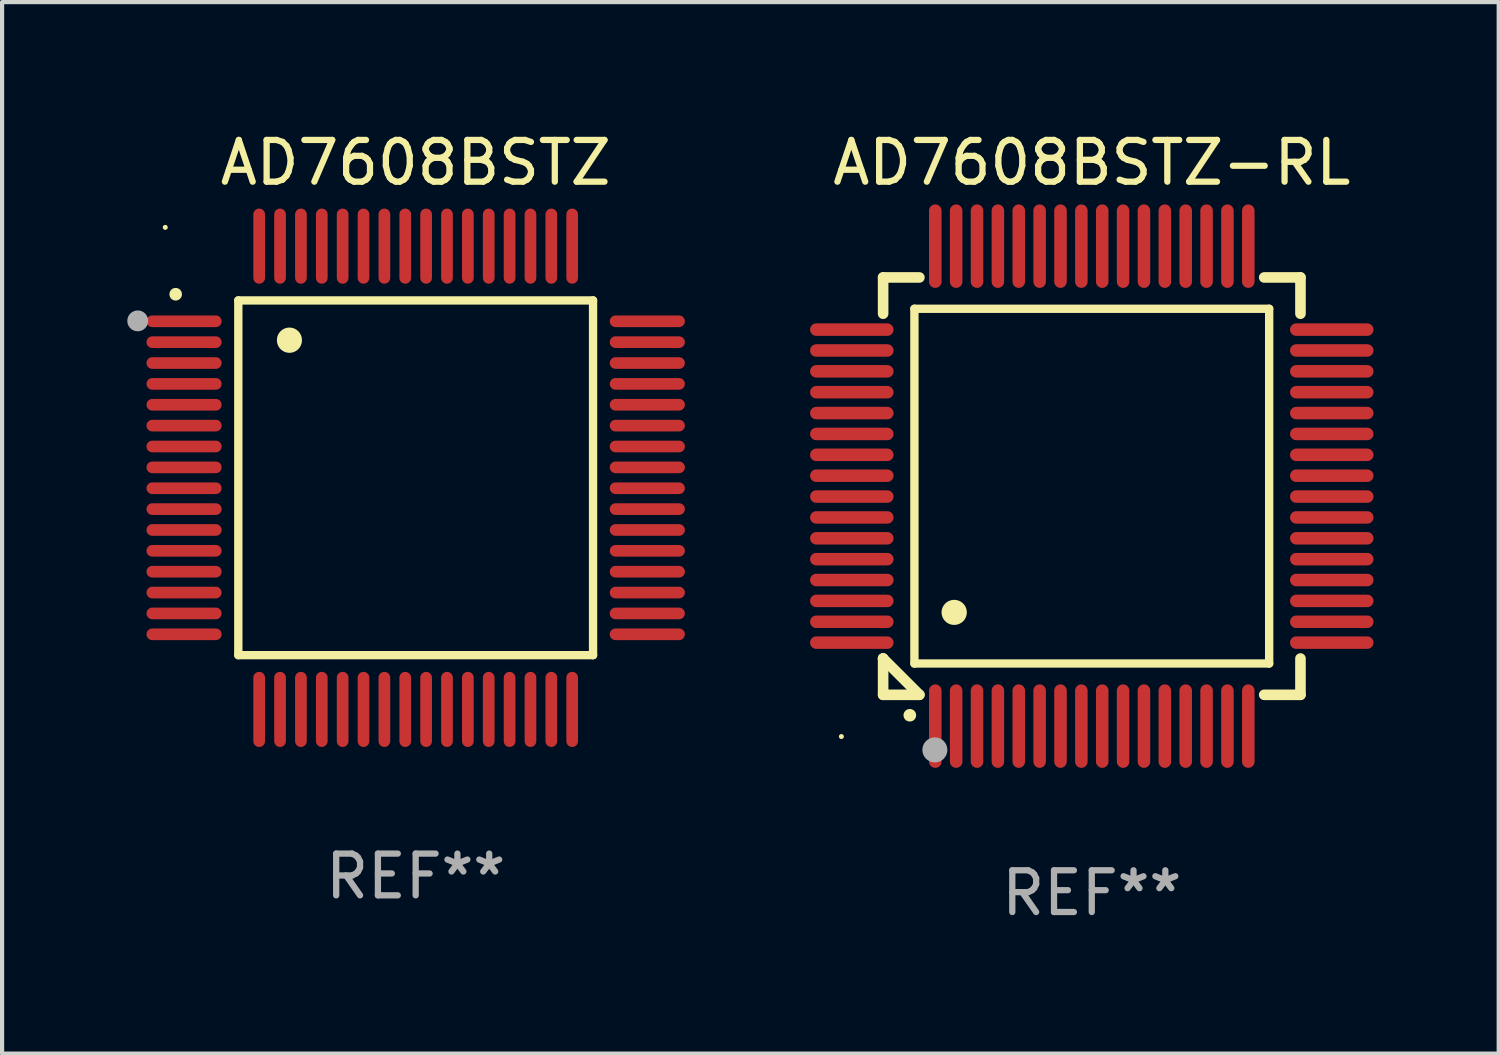
<source format=kicad_pcb>
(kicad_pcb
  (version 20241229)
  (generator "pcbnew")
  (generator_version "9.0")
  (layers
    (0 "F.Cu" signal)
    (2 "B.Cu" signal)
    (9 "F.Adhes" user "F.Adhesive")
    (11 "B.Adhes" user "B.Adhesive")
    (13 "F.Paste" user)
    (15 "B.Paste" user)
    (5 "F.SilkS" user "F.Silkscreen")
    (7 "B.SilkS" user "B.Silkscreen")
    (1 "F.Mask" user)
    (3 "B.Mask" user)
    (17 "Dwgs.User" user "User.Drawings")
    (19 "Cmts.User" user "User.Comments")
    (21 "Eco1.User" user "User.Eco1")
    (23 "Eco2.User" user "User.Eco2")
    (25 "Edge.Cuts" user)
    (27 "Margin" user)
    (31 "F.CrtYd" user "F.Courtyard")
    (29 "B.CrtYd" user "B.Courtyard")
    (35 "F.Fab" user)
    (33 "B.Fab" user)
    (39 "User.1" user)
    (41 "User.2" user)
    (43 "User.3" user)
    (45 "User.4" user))
  (footprint "AD7608BSTZ"
    (layer "F.Cu")
    (at 6.91 8.398)
    (property "Reference" "AD7608BSTZ" (at 0 -7.55 0) (layer "F.SilkS") (effects (font (size 1 1) (thickness 0.15))))
    (attr through_hole)
    (fp_line (start -4.25 -4.25) (end -4.25 4.25) (stroke (width 0.2) (type solid)) (layer "F.SilkS"))
    (fp_line (start -4.25 4.25) (end 4.25 4.25) (stroke (width 0.2) (type solid)) (layer "F.SilkS"))
    (fp_line (start 4.25 -4.25) (end -4.25 -4.25) (stroke (width 0.2) (type solid)) (layer "F.SilkS"))
    (fp_line (start 4.25 4.25) (end 4.25 -4.25) (stroke (width 0.2) (type solid)) (layer "F.SilkS"))
    (fp_arc (start -5.750572 -4.396749) (mid -5.750577 -4.398019) (end -5.750572 -4.399289) (stroke (width 0.3) (type solid)) (layer "F.SilkS"))
    (fp_arc (start -3.025146 -3.294387) (mid -3.025157 -3.296927) (end -3.025146 -3.299467) (stroke (width 0.6) (type solid)) (layer "F.SilkS"))
    (fp_circle (center -6 -6) (end -5.97 -6) (stroke (width 0.06) (type solid)) (fill no) (layer "F.SilkS"))
    (fp_circle (center -6.66 -3.76) (end -6.535 -3.76) (stroke (width 0.25) (type solid)) (fill no) (layer "F.Fab"))
    (fp_text user "REF**" (at 0 9.55 0) (layer "F.Fab") (effects (font (size 1 1) (thickness 0.15))))
    (pad "1" smd oval (at -5.55 -3.75) (size 1.8 0.28) (layers "F.Cu" "F.Mask" "F.Paste"))
    (pad "2" smd oval (at -5.55 -3.25) (size 1.8 0.28) (layers "F.Cu" "F.Mask" "F.Paste"))
    (pad "3" smd oval (at -5.55 -2.75) (size 1.8 0.28) (layers "F.Cu" "F.Mask" "F.Paste"))
    (pad "4" smd oval (at -5.55 -2.25) (size 1.8 0.28) (layers "F.Cu" "F.Mask" "F.Paste"))
    (pad "5" smd oval (at -5.55 -1.75) (size 1.8 0.28) (layers "F.Cu" "F.Mask" "F.Paste"))
    (pad "6" smd oval (at -5.55 -1.25) (size 1.8 0.28) (layers "F.Cu" "F.Mask" "F.Paste"))
    (pad "7" smd oval (at -5.55 -0.75) (size 1.8 0.28) (layers "F.Cu" "F.Mask" "F.Paste"))
    (pad "8" smd oval (at -5.55 -0.25) (size 1.8 0.28) (layers "F.Cu" "F.Mask" "F.Paste"))
    (pad "9" smd oval (at -5.55 0.25) (size 1.8 0.28) (layers "F.Cu" "F.Mask" "F.Paste"))
    (pad "10" smd oval (at -5.55 0.75) (size 1.8 0.28) (layers "F.Cu" "F.Mask" "F.Paste"))
    (pad "11" smd oval (at -5.55 1.25) (size 1.8 0.28) (layers "F.Cu" "F.Mask" "F.Paste"))
    (pad "12" smd oval (at -5.55 1.75) (size 1.8 0.28) (layers "F.Cu" "F.Mask" "F.Paste"))
    (pad "13" smd oval (at -5.55 2.25) (size 1.8 0.28) (layers "F.Cu" "F.Mask" "F.Paste"))
    (pad "14" smd oval (at -5.55 2.75) (size 1.8 0.28) (layers "F.Cu" "F.Mask" "F.Paste"))
    (pad "15" smd oval (at -5.55 3.25) (size 1.8 0.28) (layers "F.Cu" "F.Mask" "F.Paste"))
    (pad "16" smd oval (at -5.55 3.75) (size 1.8 0.28) (layers "F.Cu" "F.Mask" "F.Paste"))
    (pad "17" smd oval (at -3.75 5.55) (size 0.28 1.8) (layers "F.Cu" "F.Mask" "F.Paste"))
    (pad "18" smd oval (at -3.25 5.55) (size 0.28 1.8) (layers "F.Cu" "F.Mask" "F.Paste"))
    (pad "19" smd oval (at -2.75 5.55) (size 0.28 1.8) (layers "F.Cu" "F.Mask" "F.Paste"))
    (pad "20" smd oval (at -2.25 5.55) (size 0.28 1.8) (layers "F.Cu" "F.Mask" "F.Paste"))
    (pad "21" smd oval (at -1.75 5.55) (size 0.28 1.8) (layers "F.Cu" "F.Mask" "F.Paste"))
    (pad "22" smd oval (at -1.25 5.55) (size 0.28 1.8) (layers "F.Cu" "F.Mask" "F.Paste"))
    (pad "23" smd oval (at -0.75 5.55) (size 0.28 1.8) (layers "F.Cu" "F.Mask" "F.Paste"))
    (pad "24" smd oval (at -0.25 5.55) (size 0.28 1.8) (layers "F.Cu" "F.Mask" "F.Paste"))
    (pad "25" smd oval (at 0.25 5.55) (size 0.28 1.8) (layers "F.Cu" "F.Mask" "F.Paste"))
    (pad "26" smd oval (at 0.75 5.55) (size 0.28 1.8) (layers "F.Cu" "F.Mask" "F.Paste"))
    (pad "27" smd oval (at 1.25 5.55) (size 0.28 1.8) (layers "F.Cu" "F.Mask" "F.Paste"))
    (pad "28" smd oval (at 1.75 5.55) (size 0.28 1.8) (layers "F.Cu" "F.Mask" "F.Paste"))
    (pad "29" smd oval (at 2.25 5.55) (size 0.28 1.8) (layers "F.Cu" "F.Mask" "F.Paste"))
    (pad "30" smd oval (at 2.75 5.55) (size 0.28 1.8) (layers "F.Cu" "F.Mask" "F.Paste"))
    (pad "31" smd oval (at 3.25 5.55) (size 0.28 1.8) (layers "F.Cu" "F.Mask" "F.Paste"))
    (pad "32" smd oval (at 3.75 5.55) (size 0.28 1.8) (layers "F.Cu" "F.Mask" "F.Paste"))
    (pad "33" smd oval (at 5.55 3.75) (size 1.8 0.28) (layers "F.Cu" "F.Mask" "F.Paste"))
    (pad "34" smd oval (at 5.55 3.25) (size 1.8 0.28) (layers "F.Cu" "F.Mask" "F.Paste"))
    (pad "35" smd oval (at 5.55 2.75) (size 1.8 0.28) (layers "F.Cu" "F.Mask" "F.Paste"))
    (pad "36" smd oval (at 5.55 2.25) (size 1.8 0.28) (layers "F.Cu" "F.Mask" "F.Paste"))
    (pad "37" smd oval (at 5.55 1.75) (size 1.8 0.28) (layers "F.Cu" "F.Mask" "F.Paste"))
    (pad "38" smd oval (at 5.55 1.25) (size 1.8 0.28) (layers "F.Cu" "F.Mask" "F.Paste"))
    (pad "39" smd oval (at 5.55 0.75) (size 1.8 0.28) (layers "F.Cu" "F.Mask" "F.Paste"))
    (pad "40" smd oval (at 5.55 0.25) (size 1.8 0.28) (layers "F.Cu" "F.Mask" "F.Paste"))
    (pad "41" smd oval (at 5.55 -0.25) (size 1.8 0.28) (layers "F.Cu" "F.Mask" "F.Paste"))
    (pad "42" smd oval (at 5.55 -0.75) (size 1.8 0.28) (layers "F.Cu" "F.Mask" "F.Paste"))
    (pad "43" smd oval (at 5.55 -1.25) (size 1.8 0.28) (layers "F.Cu" "F.Mask" "F.Paste"))
    (pad "44" smd oval (at 5.55 -1.75) (size 1.8 0.28) (layers "F.Cu" "F.Mask" "F.Paste"))
    (pad "45" smd oval (at 5.55 -2.25) (size 1.8 0.28) (layers "F.Cu" "F.Mask" "F.Paste"))
    (pad "46" smd oval (at 5.55 -2.75) (size 1.8 0.28) (layers "F.Cu" "F.Mask" "F.Paste"))
    (pad "47" smd oval (at 5.55 -3.25) (size 1.8 0.28) (layers "F.Cu" "F.Mask" "F.Paste"))
    (pad "48" smd oval (at 5.55 -3.75) (size 1.8 0.28) (layers "F.Cu" "F.Mask" "F.Paste"))
    (pad "49" smd oval (at 3.75 -5.55) (size 0.28 1.8) (layers "F.Cu" "F.Mask" "F.Paste"))
    (pad "50" smd oval (at 3.25 -5.55) (size 0.28 1.8) (layers "F.Cu" "F.Mask" "F.Paste"))
    (pad "51" smd oval (at 2.75 -5.55) (size 0.28 1.8) (layers "F.Cu" "F.Mask" "F.Paste"))
    (pad "52" smd oval (at 2.25 -5.55) (size 0.28 1.8) (layers "F.Cu" "F.Mask" "F.Paste"))
    (pad "53" smd oval (at 1.75 -5.55) (size 0.28 1.8) (layers "F.Cu" "F.Mask" "F.Paste"))
    (pad "54" smd oval (at 1.25 -5.55) (size 0.28 1.8) (layers "F.Cu" "F.Mask" "F.Paste"))
    (pad "55" smd oval (at 0.75 -5.55) (size 0.28 1.8) (layers "F.Cu" "F.Mask" "F.Paste"))
    (pad "56" smd oval (at 0.25 -5.55) (size 0.28 1.8) (layers "F.Cu" "F.Mask" "F.Paste"))
    (pad "57" smd oval (at -0.25 -5.55) (size 0.28 1.8) (layers "F.Cu" "F.Mask" "F.Paste"))
    (pad "58" smd oval (at -0.75 -5.55) (size 0.28 1.8) (layers "F.Cu" "F.Mask" "F.Paste"))
    (pad "59" smd oval (at -1.25 -5.55) (size 0.28 1.8) (layers "F.Cu" "F.Mask" "F.Paste"))
    (pad "60" smd oval (at -1.75 -5.55) (size 0.28 1.8) (layers "F.Cu" "F.Mask" "F.Paste"))
    (pad "61" smd oval (at -2.25 -5.55) (size 0.28 1.8) (layers "F.Cu" "F.Mask" "F.Paste"))
    (pad "62" smd oval (at -2.75 -5.55) (size 0.28 1.8) (layers "F.Cu" "F.Mask" "F.Paste"))
    (pad "63" smd oval (at -3.25 -5.55) (size 0.28 1.8) (layers "F.Cu" "F.Mask" "F.Paste"))
    (pad "64" smd oval (at -3.75 -5.55) (size 0.28 1.8) (layers "F.Cu" "F.Mask" "F.Paste")))
  (footprint "AD7608BSTZ-RL"
    (layer "F.Cu")
    (at 23.11 8.598)
    (property "Reference" "AD7608BSTZ-RL" (at 0 -7.75 0) (layer "F.SilkS") (effects (font (size 1 1) (thickness 0.15))))
    (attr through_hole)
    (fp_line (start -5 -5) (end -4.131 -5) (stroke (width 0.254) (type solid)) (layer "F.SilkS"))
    (fp_line (start -5 -4.131) (end -5 -5) (stroke (width 0.254) (type solid)) (layer "F.SilkS"))
    (fp_line (start -5 4.131) (end -5 4.131) (stroke (width 0.254) (type solid)) (layer "F.SilkS"))
    (fp_line (start -5 5) (end -5 4.131) (stroke (width 0.254) (type solid)) (layer "F.SilkS"))
    (fp_line (start -5 4.131) (end -4.131 5) (stroke (width 0.254) (type solid)) (layer "F.SilkS"))
    (fp_line (start -4.25 -4.25) (end -4.25 4.25) (stroke (width 0.2) (type solid)) (layer "F.SilkS"))
    (fp_line (start -4.25 4.25) (end 4.25 4.25) (stroke (width 0.2) (type solid)) (layer "F.SilkS"))
    (fp_line (start -4.131 5) (end -5 5) (stroke (width 0.254) (type solid)) (layer "F.SilkS"))
    (fp_line (start 4.25 -4.25) (end -4.25 -4.25) (stroke (width 0.2) (type solid)) (layer "F.SilkS"))
    (fp_line (start 4.25 4.25) (end 4.25 -4.25) (stroke (width 0.2) (type solid)) (layer "F.SilkS"))
    (fp_line (start 5 -5) (end 4.131 -5) (stroke (width 0.254) (type solid)) (layer "F.SilkS"))
    (fp_line (start 5 -5) (end 5 -4.131) (stroke (width 0.254) (type solid)) (layer "F.SilkS"))
    (fp_line (start 5 4.131) (end 5 5) (stroke (width 0.254) (type solid)) (layer "F.SilkS"))
    (fp_line (start 5 5) (end 4.131 5) (stroke (width 0.254) (type solid)) (layer "F.SilkS"))
    (fp_arc (start -4.361265 5.489992) (mid -4.359995 5.489987) (end -4.358725 5.489992) (stroke (width 0.3) (type solid)) (layer "F.SilkS"))
    (fp_arc (start -3.299467 3.025146) (mid -3.296927 3.025135) (end -3.294387 3.025146) (stroke (width 0.6) (type solid)) (layer "F.SilkS"))
    (fp_circle (center -6 6) (end -5.97 6) (stroke (width 0.06) (type solid)) (fill no) (layer "F.SilkS"))
    (fp_circle (center -3.76 6.32) (end -3.61 6.32) (stroke (width 0.3) (type solid)) (fill no) (layer "F.Fab"))
    (fp_text user "REF**" (at 0 9.75 0) (layer "F.Fab") (effects (font (size 1 1) (thickness 0.15))))
    (pad "1" smd oval (at -3.75 5.75) (size 0.3 2) (layers "F.Cu" "F.Mask" "F.Paste"))
    (pad "2" smd oval (at -3.25 5.75) (size 0.3 2) (layers "F.Cu" "F.Mask" "F.Paste"))
    (pad "3" smd oval (at -2.75 5.75) (size 0.3 2) (layers "F.Cu" "F.Mask" "F.Paste"))
    (pad "4" smd oval (at -2.25 5.75) (size 0.3 2) (layers "F.Cu" "F.Mask" "F.Paste"))
    (pad "5" smd oval (at -1.75 5.75) (size 0.3 2) (layers "F.Cu" "F.Mask" "F.Paste"))
    (pad "6" smd oval (at -1.25 5.75) (size 0.3 2) (layers "F.Cu" "F.Mask" "F.Paste"))
    (pad "7" smd oval (at -0.75 5.75) (size 0.3 2) (layers "F.Cu" "F.Mask" "F.Paste"))
    (pad "8" smd oval (at -0.25 5.75) (size 0.3 2) (layers "F.Cu" "F.Mask" "F.Paste"))
    (pad "9" smd oval (at 0.25 5.75) (size 0.3 2) (layers "F.Cu" "F.Mask" "F.Paste"))
    (pad "10" smd oval (at 0.75 5.75) (size 0.3 2) (layers "F.Cu" "F.Mask" "F.Paste"))
    (pad "11" smd oval (at 1.25 5.75) (size 0.3 2) (layers "F.Cu" "F.Mask" "F.Paste"))
    (pad "12" smd oval (at 1.75 5.75) (size 0.3 2) (layers "F.Cu" "F.Mask" "F.Paste"))
    (pad "13" smd oval (at 2.25 5.75) (size 0.3 2) (layers "F.Cu" "F.Mask" "F.Paste"))
    (pad "14" smd oval (at 2.75 5.75) (size 0.3 2) (layers "F.Cu" "F.Mask" "F.Paste"))
    (pad "15" smd oval (at 3.25 5.75) (size 0.3 2) (layers "F.Cu" "F.Mask" "F.Paste"))
    (pad "16" smd oval (at 3.75 5.75) (size 0.3 2) (layers "F.Cu" "F.Mask" "F.Paste"))
    (pad "17" smd oval (at 5.75 3.75) (size 2 0.3) (layers "F.Cu" "F.Mask" "F.Paste"))
    (pad "18" smd oval (at 5.75 3.25) (size 2 0.3) (layers "F.Cu" "F.Mask" "F.Paste"))
    (pad "19" smd oval (at 5.75 2.75) (size 2 0.3) (layers "F.Cu" "F.Mask" "F.Paste"))
    (pad "20" smd oval (at 5.75 2.25) (size 2 0.3) (layers "F.Cu" "F.Mask" "F.Paste"))
    (pad "21" smd oval (at 5.75 1.75) (size 2 0.3) (layers "F.Cu" "F.Mask" "F.Paste"))
    (pad "22" smd oval (at 5.75 1.25) (size 2 0.3) (layers "F.Cu" "F.Mask" "F.Paste"))
    (pad "23" smd oval (at 5.75 0.75) (size 2 0.3) (layers "F.Cu" "F.Mask" "F.Paste"))
    (pad "24" smd oval (at 5.75 0.25) (size 2 0.3) (layers "F.Cu" "F.Mask" "F.Paste"))
    (pad "25" smd oval (at 5.75 -0.25) (size 2 0.3) (layers "F.Cu" "F.Mask" "F.Paste"))
    (pad "26" smd oval (at 5.75 -0.75) (size 2 0.3) (layers "F.Cu" "F.Mask" "F.Paste"))
    (pad "27" smd oval (at 5.75 -1.25) (size 2 0.3) (layers "F.Cu" "F.Mask" "F.Paste"))
    (pad "28" smd oval (at 5.75 -1.75) (size 2 0.3) (layers "F.Cu" "F.Mask" "F.Paste"))
    (pad "29" smd oval (at 5.75 -2.25) (size 2 0.3) (layers "F.Cu" "F.Mask" "F.Paste"))
    (pad "30" smd oval (at 5.75 -2.75) (size 2 0.3) (layers "F.Cu" "F.Mask" "F.Paste"))
    (pad "31" smd oval (at 5.75 -3.25) (size 2 0.3) (layers "F.Cu" "F.Mask" "F.Paste"))
    (pad "32" smd oval (at 5.75 -3.75) (size 2 0.3) (layers "F.Cu" "F.Mask" "F.Paste"))
    (pad "33" smd oval (at 3.75 -5.75) (size 0.3 2) (layers "F.Cu" "F.Mask" "F.Paste"))
    (pad "34" smd oval (at 3.25 -5.75) (size 0.3 2) (layers "F.Cu" "F.Mask" "F.Paste"))
    (pad "35" smd oval (at 2.75 -5.75) (size 0.3 2) (layers "F.Cu" "F.Mask" "F.Paste"))
    (pad "36" smd oval (at 2.25 -5.75) (size 0.3 2) (layers "F.Cu" "F.Mask" "F.Paste"))
    (pad "37" smd oval (at 1.75 -5.75) (size 0.3 2) (layers "F.Cu" "F.Mask" "F.Paste"))
    (pad "38" smd oval (at 1.25 -5.75) (size 0.3 2) (layers "F.Cu" "F.Mask" "F.Paste"))
    (pad "39" smd oval (at 0.75 -5.75) (size 0.3 2) (layers "F.Cu" "F.Mask" "F.Paste"))
    (pad "40" smd oval (at 0.25 -5.75) (size 0.3 2) (layers "F.Cu" "F.Mask" "F.Paste"))
    (pad "41" smd oval (at -0.25 -5.75) (size 0.3 2) (layers "F.Cu" "F.Mask" "F.Paste"))
    (pad "42" smd oval (at -0.75 -5.75) (size 0.3 2) (layers "F.Cu" "F.Mask" "F.Paste"))
    (pad "43" smd oval (at -1.25 -5.75) (size 0.3 2) (layers "F.Cu" "F.Mask" "F.Paste"))
    (pad "44" smd oval (at -1.75 -5.75) (size 0.3 2) (layers "F.Cu" "F.Mask" "F.Paste"))
    (pad "45" smd oval (at -2.25 -5.75) (size 0.3 2) (layers "F.Cu" "F.Mask" "F.Paste"))
    (pad "46" smd oval (at -2.75 -5.75) (size 0.3 2) (layers "F.Cu" "F.Mask" "F.Paste"))
    (pad "47" smd oval (at -3.25 -5.75) (size 0.3 2) (layers "F.Cu" "F.Mask" "F.Paste"))
    (pad "48" smd oval (at -3.75 -5.75) (size 0.3 2) (layers "F.Cu" "F.Mask" "F.Paste"))
    (pad "49" smd oval (at -5.75 -3.75) (size 2 0.3) (layers "F.Cu" "F.Mask" "F.Paste"))
    (pad "50" smd oval (at -5.75 -3.25) (size 2 0.3) (layers "F.Cu" "F.Mask" "F.Paste"))
    (pad "51" smd oval (at -5.75 -2.75) (size 2 0.3) (layers "F.Cu" "F.Mask" "F.Paste"))
    (pad "52" smd oval (at -5.75 -2.25) (size 2 0.3) (layers "F.Cu" "F.Mask" "F.Paste"))
    (pad "53" smd oval (at -5.75 -1.75) (size 2 0.3) (layers "F.Cu" "F.Mask" "F.Paste"))
    (pad "54" smd oval (at -5.75 -1.25) (size 2 0.3) (layers "F.Cu" "F.Mask" "F.Paste"))
    (pad "55" smd oval (at -5.75 -0.75) (size 2 0.3) (layers "F.Cu" "F.Mask" "F.Paste"))
    (pad "56" smd oval (at -5.75 -0.25) (size 2 0.3) (layers "F.Cu" "F.Mask" "F.Paste"))
    (pad "57" smd oval (at -5.75 0.25) (size 2 0.3) (layers "F.Cu" "F.Mask" "F.Paste"))
    (pad "58" smd oval (at -5.75 0.75) (size 2 0.3) (layers "F.Cu" "F.Mask" "F.Paste"))
    (pad "59" smd oval (at -5.75 1.25) (size 2 0.3) (layers "F.Cu" "F.Mask" "F.Paste"))
    (pad "60" smd oval (at -5.75 1.75) (size 2 0.3) (layers "F.Cu" "F.Mask" "F.Paste"))
    (pad "61" smd oval (at -5.75 2.25) (size 2 0.3) (layers "F.Cu" "F.Mask" "F.Paste"))
    (pad "62" smd oval (at -5.75 2.75) (size 2 0.3) (layers "F.Cu" "F.Mask" "F.Paste"))
    (pad "63" smd oval (at -5.75 3.25) (size 2 0.3) (layers "F.Cu" "F.Mask" "F.Paste"))
    (pad "64" smd oval (at -5.75 3.75) (size 2 0.3) (layers "F.Cu" "F.Mask" "F.Paste")))
  (gr_rect
    (start -3 -3)
    (end 32.86 22.196)
    (stroke (width 0.1) (type default))
    (fill no)
    (layer "Edge.Cuts")))
</source>
